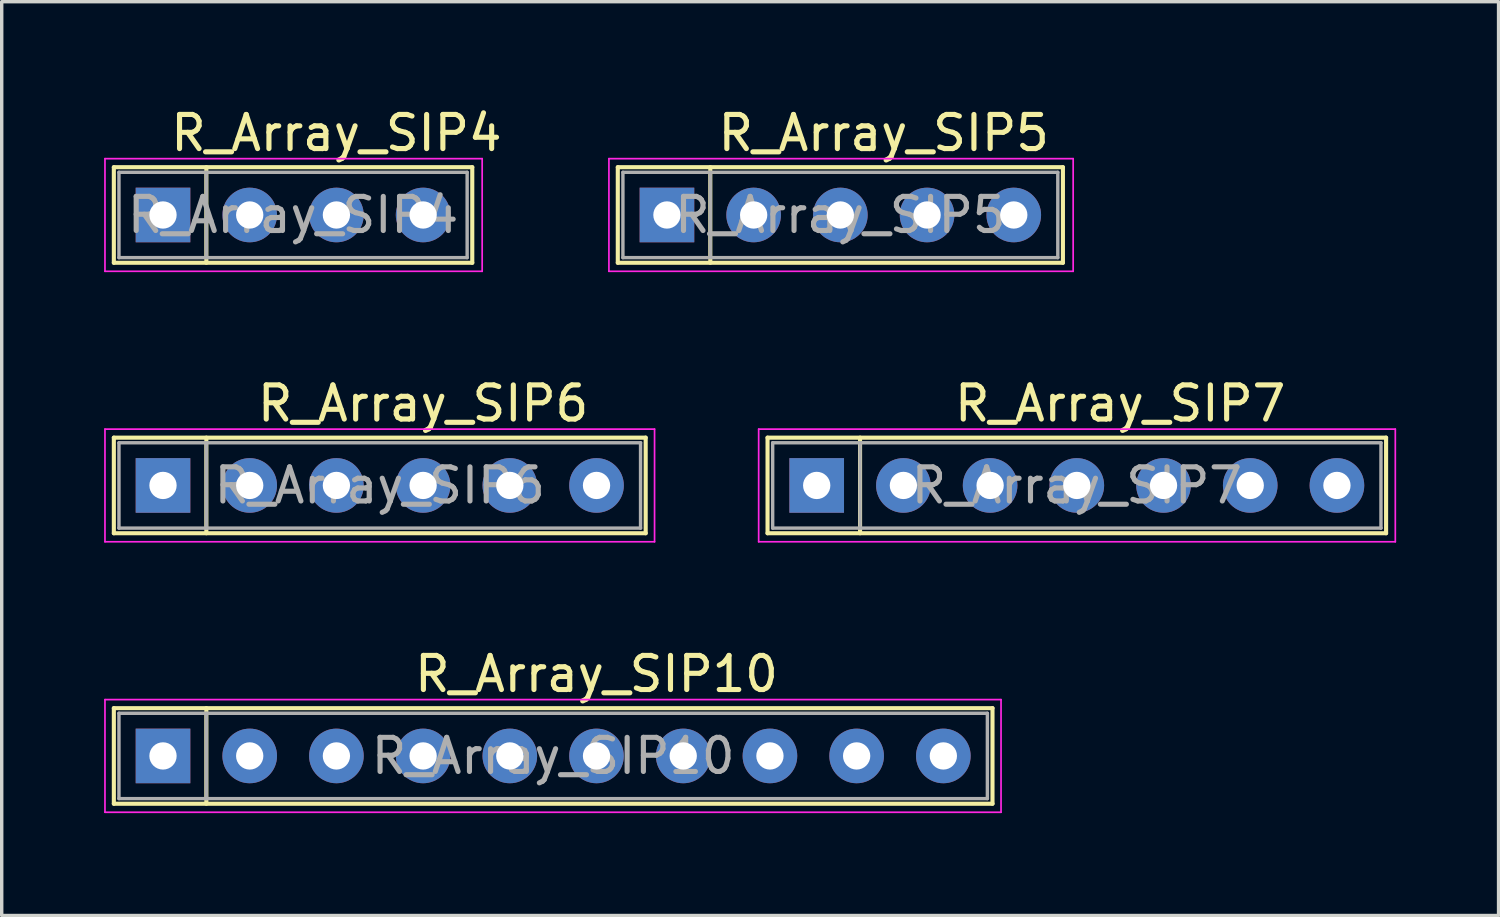
<source format=kicad_pcb>
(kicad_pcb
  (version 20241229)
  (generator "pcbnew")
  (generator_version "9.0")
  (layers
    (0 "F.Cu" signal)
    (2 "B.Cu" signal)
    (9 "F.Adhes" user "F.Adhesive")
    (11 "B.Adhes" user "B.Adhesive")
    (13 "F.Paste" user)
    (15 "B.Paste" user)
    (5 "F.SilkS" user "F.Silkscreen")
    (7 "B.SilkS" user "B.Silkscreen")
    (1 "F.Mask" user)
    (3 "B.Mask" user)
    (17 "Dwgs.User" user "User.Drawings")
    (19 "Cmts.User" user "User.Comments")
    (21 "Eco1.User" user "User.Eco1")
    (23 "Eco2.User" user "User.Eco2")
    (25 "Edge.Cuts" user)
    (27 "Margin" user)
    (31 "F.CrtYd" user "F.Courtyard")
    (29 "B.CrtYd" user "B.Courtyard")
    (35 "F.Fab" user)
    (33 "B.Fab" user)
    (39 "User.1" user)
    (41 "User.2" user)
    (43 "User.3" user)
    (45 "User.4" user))
  (footprint "R_Array_SIP6"
    (layer "F.Cu")
    (at 1.725 11.171)
    (property "Reference" "R_Array_SIP6" (at 7.62 -2.4 0) (layer "F.SilkS") (effects (font (size 1 1) (thickness 0.15))))
    (attr through_hole)
    (fp_line (start -1.44 -1.4) (end -1.44 1.4) (stroke (width 0.12) (type solid)) (layer "F.SilkS"))
    (fp_line (start -1.44 1.4) (end 14.14 1.4) (stroke (width 0.12) (type solid)) (layer "F.SilkS"))
    (fp_line (start 1.27 -1.4) (end 1.27 1.4) (stroke (width 0.12) (type solid)) (layer "F.SilkS"))
    (fp_line (start 14.14 -1.4) (end -1.44 -1.4) (stroke (width 0.12) (type solid)) (layer "F.SilkS"))
    (fp_line (start 14.14 1.4) (end 14.14 -1.4) (stroke (width 0.12) (type solid)) (layer "F.SilkS"))
    (fp_line (start -1.7 -1.65) (end -1.7 1.65) (stroke (width 0.05) (type solid)) (layer "F.CrtYd"))
    (fp_line (start -1.7 1.65) (end 14.4 1.65) (stroke (width 0.05) (type solid)) (layer "F.CrtYd"))
    (fp_line (start 14.4 -1.65) (end -1.7 -1.65) (stroke (width 0.05) (type solid)) (layer "F.CrtYd"))
    (fp_line (start 14.4 1.65) (end 14.4 -1.65) (stroke (width 0.05) (type solid)) (layer "F.CrtYd"))
    (fp_line (start -1.29 -1.25) (end -1.29 1.25) (stroke (width 0.1) (type solid)) (layer "F.Fab"))
    (fp_line (start -1.29 1.25) (end 13.99 1.25) (stroke (width 0.1) (type solid)) (layer "F.Fab"))
    (fp_line (start 1.27 -1.25) (end 1.27 1.25) (stroke (width 0.1) (type solid)) (layer "F.Fab"))
    (fp_line (start 13.99 -1.25) (end -1.29 -1.25) (stroke (width 0.1) (type solid)) (layer "F.Fab"))
    (fp_line (start 13.99 1.25) (end 13.99 -1.25) (stroke (width 0.1) (type solid)) (layer "F.Fab"))
    (fp_text user "${REFERENCE}" (at 6.35 0 0) (layer "F.Fab") (effects (font (size 1 1) (thickness 0.15))))
    (pad "1" thru_hole rect (at 0 0) (size 1.6 1.6) (drill 0.8) (layers "*.Cu" "*.Mask"))
    (pad "2" thru_hole oval (at 2.54 0) (size 1.6 1.6) (drill 0.8) (layers "*.Cu" "*.Mask"))
    (pad "3" thru_hole oval (at 5.08 0) (size 1.6 1.6) (drill 0.8) (layers "*.Cu" "*.Mask"))
    (pad "4" thru_hole oval (at 7.62 0) (size 1.6 1.6) (drill 0.8) (layers "*.Cu" "*.Mask"))
    (pad "5" thru_hole oval (at 10.16 0) (size 1.6 1.6) (drill 0.8) (layers "*.Cu" "*.Mask"))
    (pad "6" thru_hole oval (at 12.7 0) (size 1.6 1.6) (drill 0.8) (layers "*.Cu" "*.Mask")))
  (footprint "R_Array_SIP4"
    (layer "F.Cu")
    (at 1.725 3.248)
    (property "Reference" "R_Array_SIP4" (at 5.08 -2.4 0) (layer "F.SilkS") (effects (font (size 1 1) (thickness 0.15))))
    (attr through_hole)
    (fp_line (start -1.44 -1.4) (end -1.44 1.4) (stroke (width 0.12) (type solid)) (layer "F.SilkS"))
    (fp_line (start -1.44 1.4) (end 9.06 1.4) (stroke (width 0.12) (type solid)) (layer "F.SilkS"))
    (fp_line (start 1.27 -1.4) (end 1.27 1.4) (stroke (width 0.12) (type solid)) (layer "F.SilkS"))
    (fp_line (start 9.06 -1.4) (end -1.44 -1.4) (stroke (width 0.12) (type solid)) (layer "F.SilkS"))
    (fp_line (start 9.06 1.4) (end 9.06 -1.4) (stroke (width 0.12) (type solid)) (layer "F.SilkS"))
    (fp_line (start -1.7 -1.65) (end -1.7 1.65) (stroke (width 0.05) (type solid)) (layer "F.CrtYd"))
    (fp_line (start -1.7 1.65) (end 9.35 1.65) (stroke (width 0.05) (type solid)) (layer "F.CrtYd"))
    (fp_line (start 9.35 -1.65) (end -1.7 -1.65) (stroke (width 0.05) (type solid)) (layer "F.CrtYd"))
    (fp_line (start 9.35 1.65) (end 9.35 -1.65) (stroke (width 0.05) (type solid)) (layer "F.CrtYd"))
    (fp_line (start -1.29 -1.25) (end -1.29 1.25) (stroke (width 0.1) (type solid)) (layer "F.Fab"))
    (fp_line (start -1.29 1.25) (end 8.91 1.25) (stroke (width 0.1) (type solid)) (layer "F.Fab"))
    (fp_line (start 1.27 -1.25) (end 1.27 1.25) (stroke (width 0.1) (type solid)) (layer "F.Fab"))
    (fp_line (start 8.91 -1.25) (end -1.29 -1.25) (stroke (width 0.1) (type solid)) (layer "F.Fab"))
    (fp_line (start 8.91 1.25) (end 8.91 -1.25) (stroke (width 0.1) (type solid)) (layer "F.Fab"))
    (fp_text user "${REFERENCE}" (at 3.81 0 0) (layer "F.Fab") (effects (font (size 1 1) (thickness 0.15))))
    (pad "1" thru_hole rect (at 0 0) (size 1.6 1.6) (drill 0.8) (layers "*.Cu" "*.Mask"))
    (pad "2" thru_hole oval (at 2.54 0) (size 1.6 1.6) (drill 0.8) (layers "*.Cu" "*.Mask"))
    (pad "3" thru_hole oval (at 5.08 0) (size 1.6 1.6) (drill 0.8) (layers "*.Cu" "*.Mask"))
    (pad "4" thru_hole oval (at 7.62 0) (size 1.6 1.6) (drill 0.8) (layers "*.Cu" "*.Mask")))
  (footprint "R_Array_SIP7"
    (layer "F.Cu")
    (at 20.875 11.171)
    (property "Reference" "R_Array_SIP7" (at 8.89 -2.4 0) (layer "F.SilkS") (effects (font (size 1 1) (thickness 0.15))))
    (attr through_hole)
    (fp_line (start -1.44 -1.4) (end -1.44 1.4) (stroke (width 0.12) (type solid)) (layer "F.SilkS"))
    (fp_line (start -1.44 1.4) (end 16.68 1.4) (stroke (width 0.12) (type solid)) (layer "F.SilkS"))
    (fp_line (start 1.27 -1.4) (end 1.27 1.4) (stroke (width 0.12) (type solid)) (layer "F.SilkS"))
    (fp_line (start 16.68 -1.4) (end -1.44 -1.4) (stroke (width 0.12) (type solid)) (layer "F.SilkS"))
    (fp_line (start 16.68 1.4) (end 16.68 -1.4) (stroke (width 0.12) (type solid)) (layer "F.SilkS"))
    (fp_line (start -1.7 -1.65) (end -1.7 1.65) (stroke (width 0.05) (type solid)) (layer "F.CrtYd"))
    (fp_line (start -1.7 1.65) (end 16.95 1.65) (stroke (width 0.05) (type solid)) (layer "F.CrtYd"))
    (fp_line (start 16.95 -1.65) (end -1.7 -1.65) (stroke (width 0.05) (type solid)) (layer "F.CrtYd"))
    (fp_line (start 16.95 1.65) (end 16.95 -1.65) (stroke (width 0.05) (type solid)) (layer "F.CrtYd"))
    (fp_line (start -1.29 -1.25) (end -1.29 1.25) (stroke (width 0.1) (type solid)) (layer "F.Fab"))
    (fp_line (start -1.29 1.25) (end 16.53 1.25) (stroke (width 0.1) (type solid)) (layer "F.Fab"))
    (fp_line (start 1.27 -1.25) (end 1.27 1.25) (stroke (width 0.1) (type solid)) (layer "F.Fab"))
    (fp_line (start 16.53 -1.25) (end -1.29 -1.25) (stroke (width 0.1) (type solid)) (layer "F.Fab"))
    (fp_line (start 16.53 1.25) (end 16.53 -1.25) (stroke (width 0.1) (type solid)) (layer "F.Fab"))
    (fp_text user "${REFERENCE}" (at 7.62 0 0) (layer "F.Fab") (effects (font (size 1 1) (thickness 0.15))))
    (pad "1" thru_hole rect (at 0 0) (size 1.6 1.6) (drill 0.8) (layers "*.Cu" "*.Mask"))
    (pad "2" thru_hole oval (at 2.54 0) (size 1.6 1.6) (drill 0.8) (layers "*.Cu" "*.Mask"))
    (pad "3" thru_hole oval (at 5.08 0) (size 1.6 1.6) (drill 0.8) (layers "*.Cu" "*.Mask"))
    (pad "4" thru_hole oval (at 7.62 0) (size 1.6 1.6) (drill 0.8) (layers "*.Cu" "*.Mask"))
    (pad "5" thru_hole oval (at 10.16 0) (size 1.6 1.6) (drill 0.8) (layers "*.Cu" "*.Mask"))
    (pad "6" thru_hole oval (at 12.7 0) (size 1.6 1.6) (drill 0.8) (layers "*.Cu" "*.Mask"))
    (pad "7" thru_hole oval (at 15.24 0) (size 1.6 1.6) (drill 0.8) (layers "*.Cu" "*.Mask")))
  (footprint "R_Array_SIP5"
    (layer "F.Cu")
    (at 16.488 3.248)
    (property "Reference" "R_Array_SIP5" (at 6.35 -2.4 0) (layer "F.SilkS") (effects (font (size 1 1) (thickness 0.15))))
    (attr through_hole)
    (fp_line (start -1.44 -1.4) (end -1.44 1.4) (stroke (width 0.12) (type solid)) (layer "F.SilkS"))
    (fp_line (start -1.44 1.4) (end 11.6 1.4) (stroke (width 0.12) (type solid)) (layer "F.SilkS"))
    (fp_line (start 1.27 -1.4) (end 1.27 1.4) (stroke (width 0.12) (type solid)) (layer "F.SilkS"))
    (fp_line (start 11.6 -1.4) (end -1.44 -1.4) (stroke (width 0.12) (type solid)) (layer "F.SilkS"))
    (fp_line (start 11.6 1.4) (end 11.6 -1.4) (stroke (width 0.12) (type solid)) (layer "F.SilkS"))
    (fp_line (start -1.7 -1.65) (end -1.7 1.65) (stroke (width 0.05) (type solid)) (layer "F.CrtYd"))
    (fp_line (start -1.7 1.65) (end 11.9 1.65) (stroke (width 0.05) (type solid)) (layer "F.CrtYd"))
    (fp_line (start 11.9 -1.65) (end -1.7 -1.65) (stroke (width 0.05) (type solid)) (layer "F.CrtYd"))
    (fp_line (start 11.9 1.65) (end 11.9 -1.65) (stroke (width 0.05) (type solid)) (layer "F.CrtYd"))
    (fp_line (start -1.29 -1.25) (end -1.29 1.25) (stroke (width 0.1) (type solid)) (layer "F.Fab"))
    (fp_line (start -1.29 1.25) (end 11.45 1.25) (stroke (width 0.1) (type solid)) (layer "F.Fab"))
    (fp_line (start 1.27 -1.25) (end 1.27 1.25) (stroke (width 0.1) (type solid)) (layer "F.Fab"))
    (fp_line (start 11.45 -1.25) (end -1.29 -1.25) (stroke (width 0.1) (type solid)) (layer "F.Fab"))
    (fp_line (start 11.45 1.25) (end 11.45 -1.25) (stroke (width 0.1) (type solid)) (layer "F.Fab"))
    (fp_text user "${REFERENCE}" (at 5.08 0 0) (layer "F.Fab") (effects (font (size 1 1) (thickness 0.15))))
    (pad "1" thru_hole rect (at 0 0) (size 1.6 1.6) (drill 0.8) (layers "*.Cu" "*.Mask"))
    (pad "2" thru_hole oval (at 2.54 0) (size 1.6 1.6) (drill 0.8) (layers "*.Cu" "*.Mask"))
    (pad "3" thru_hole oval (at 5.08 0) (size 1.6 1.6) (drill 0.8) (layers "*.Cu" "*.Mask"))
    (pad "4" thru_hole oval (at 7.62 0) (size 1.6 1.6) (drill 0.8) (layers "*.Cu" "*.Mask"))
    (pad "5" thru_hole oval (at 10.16 0) (size 1.6 1.6) (drill 0.8) (layers "*.Cu" "*.Mask")))
  (footprint "R_Array_SIP10"
    (layer "F.Cu")
    (at 1.725 19.095)
    (property "Reference" "R_Array_SIP10" (at 12.7 -2.4 0) (layer "F.SilkS") (effects (font (size 1 1) (thickness 0.15))))
    (attr through_hole)
    (fp_line (start -1.44 -1.4) (end -1.44 1.4) (stroke (width 0.12) (type solid)) (layer "F.SilkS"))
    (fp_line (start -1.44 1.4) (end 24.3 1.4) (stroke (width 0.12) (type solid)) (layer "F.SilkS"))
    (fp_line (start 1.27 -1.4) (end 1.27 1.4) (stroke (width 0.12) (type solid)) (layer "F.SilkS"))
    (fp_line (start 24.3 -1.4) (end -1.44 -1.4) (stroke (width 0.12) (type solid)) (layer "F.SilkS"))
    (fp_line (start 24.3 1.4) (end 24.3 -1.4) (stroke (width 0.12) (type solid)) (layer "F.SilkS"))
    (fp_line (start -1.7 -1.65) (end -1.7 1.65) (stroke (width 0.05) (type solid)) (layer "F.CrtYd"))
    (fp_line (start -1.7 1.65) (end 24.55 1.65) (stroke (width 0.05) (type solid)) (layer "F.CrtYd"))
    (fp_line (start 24.55 -1.65) (end -1.7 -1.65) (stroke (width 0.05) (type solid)) (layer "F.CrtYd"))
    (fp_line (start 24.55 1.65) (end 24.55 -1.65) (stroke (width 0.05) (type solid)) (layer "F.CrtYd"))
    (fp_line (start -1.29 -1.25) (end -1.29 1.25) (stroke (width 0.1) (type solid)) (layer "F.Fab"))
    (fp_line (start -1.29 1.25) (end 24.15 1.25) (stroke (width 0.1) (type solid)) (layer "F.Fab"))
    (fp_line (start 1.27 -1.25) (end 1.27 1.25) (stroke (width 0.1) (type solid)) (layer "F.Fab"))
    (fp_line (start 24.15 -1.25) (end -1.29 -1.25) (stroke (width 0.1) (type solid)) (layer "F.Fab"))
    (fp_line (start 24.15 1.25) (end 24.15 -1.25) (stroke (width 0.1) (type solid)) (layer "F.Fab"))
    (fp_text user "${REFERENCE}" (at 11.43 0 0) (layer "F.Fab") (effects (font (size 1 1) (thickness 0.15))))
    (pad "1" thru_hole rect (at 0 0) (size 1.6 1.6) (drill 0.8) (layers "*.Cu" "*.Mask"))
    (pad "2" thru_hole oval (at 2.54 0) (size 1.6 1.6) (drill 0.8) (layers "*.Cu" "*.Mask"))
    (pad "3" thru_hole oval (at 5.08 0) (size 1.6 1.6) (drill 0.8) (layers "*.Cu" "*.Mask"))
    (pad "4" thru_hole oval (at 7.62 0) (size 1.6 1.6) (drill 0.8) (layers "*.Cu" "*.Mask"))
    (pad "5" thru_hole oval (at 10.16 0) (size 1.6 1.6) (drill 0.8) (layers "*.Cu" "*.Mask"))
    (pad "6" thru_hole oval (at 12.7 0) (size 1.6 1.6) (drill 0.8) (layers "*.Cu" "*.Mask"))
    (pad "7" thru_hole oval (at 15.24 0) (size 1.6 1.6) (drill 0.8) (layers "*.Cu" "*.Mask"))
    (pad "8" thru_hole oval (at 17.78 0) (size 1.6 1.6) (drill 0.8) (layers "*.Cu" "*.Mask"))
    (pad "9" thru_hole oval (at 20.32 0) (size 1.6 1.6) (drill 0.8) (layers "*.Cu" "*.Mask"))
    (pad "10" thru_hole oval (at 22.86 0) (size 1.6 1.6) (drill 0.8) (layers "*.Cu" "*.Mask")))
  (gr_rect
    (start -3 -3)
    (end 40.85 23.77)
    (stroke (width 0.1) (type default))
    (fill no)
    (layer "Edge.Cuts")))
</source>
